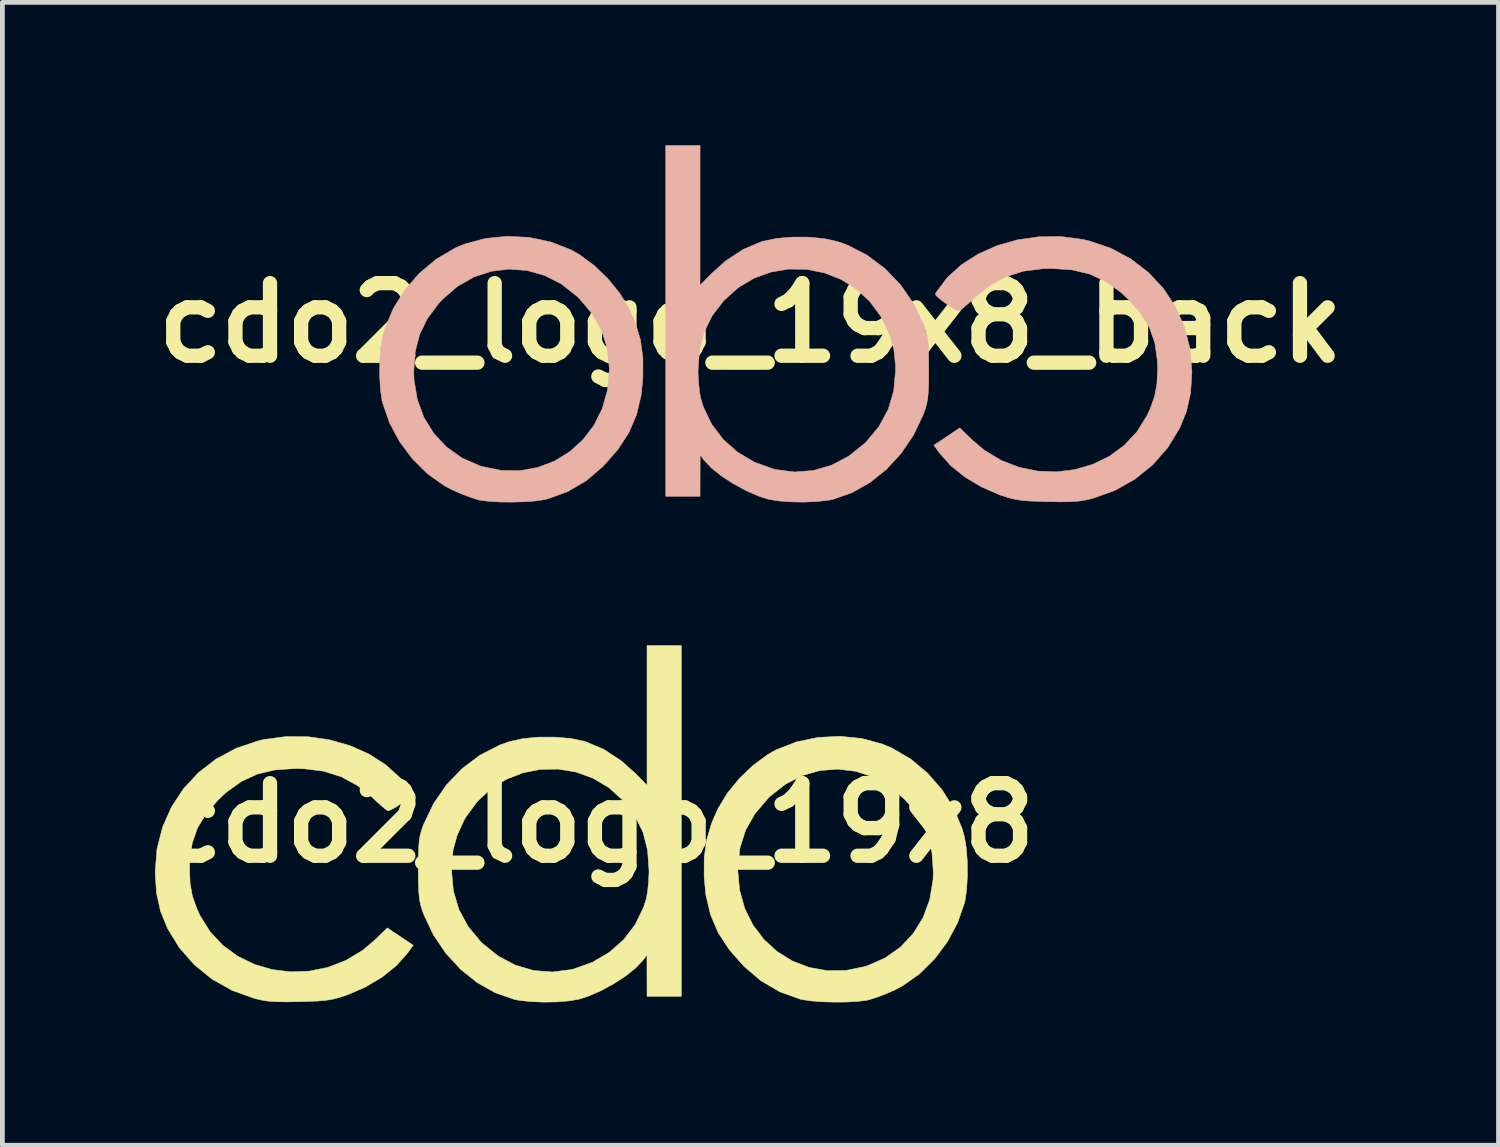
<source format=kicad_pcb>
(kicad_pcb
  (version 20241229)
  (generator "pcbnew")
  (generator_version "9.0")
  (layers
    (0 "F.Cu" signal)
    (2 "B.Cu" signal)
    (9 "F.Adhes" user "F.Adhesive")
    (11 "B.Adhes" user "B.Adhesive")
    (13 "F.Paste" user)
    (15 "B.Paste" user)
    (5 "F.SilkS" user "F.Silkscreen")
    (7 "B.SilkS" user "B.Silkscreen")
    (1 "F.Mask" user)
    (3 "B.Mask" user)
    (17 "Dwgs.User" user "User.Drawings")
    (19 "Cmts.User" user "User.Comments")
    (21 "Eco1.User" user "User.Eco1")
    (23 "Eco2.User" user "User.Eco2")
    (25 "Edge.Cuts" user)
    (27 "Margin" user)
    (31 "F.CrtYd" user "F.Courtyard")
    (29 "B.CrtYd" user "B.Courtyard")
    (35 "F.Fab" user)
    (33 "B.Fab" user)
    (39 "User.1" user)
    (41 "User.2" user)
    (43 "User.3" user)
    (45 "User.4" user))
  (footprint "cdo2_logo_19x8_back"
    (layer "F.Cu")
    (at 13.277 4.47)
    (property "Reference" "cdo2_logo_19x8_back" (at -0.57 -0.74 0) (layer "F.SilkS") (effects (font (size 1.524 1.524) (thickness 0.3))))
    (attr through_hole)
    (fp_poly (pts (xy -9.289 -4.391) (xy -9.501 -4.291) (xy -9.671 -4.121) (xy -9.675 -4.116) (xy -9.788 -3.905) (xy -9.828 -3.68) (xy -9.794 -3.439) (xy -9.685 -3.178) (xy -9.5 -2.892) (xy -9.237 -2.579) (xy -9.221 -2.561) (xy -8.985 -2.306) (xy -9.841 -2.306) (xy -9.841 -1.841) (xy -8.105 -1.841) (xy -8.105 -1.975) (xy -8.113 -2.032) (xy -8.141 -2.096) (xy -8.197 -2.177) (xy -8.289 -2.286) (xy -8.425 -2.433) (xy -8.614 -2.627) (xy -8.635 -2.649) (xy -8.896 -2.924) (xy -9.093 -3.154) (xy -9.229 -3.346) (xy -9.307 -3.505) (xy -9.33 -3.639) (xy -9.302 -3.754) (xy -9.229 -3.853) (xy -9.089 -3.941) (xy -8.937 -3.951) (xy -8.792 -3.883) (xy -8.76 -3.853) (xy -8.687 -3.751) (xy -8.656 -3.646) (xy -8.656 -3.642) (xy -8.651 -3.582) (xy -8.622 -3.55) (xy -8.55 -3.537) (xy -8.414 -3.534) (xy -8.402 -3.534) (xy -8.253 -3.537) (xy -8.175 -3.56) (xy -8.153 -3.619) (xy -8.174 -3.734) (xy -8.194 -3.809) (xy -8.3 -4.051) (xy -8.467 -4.237) (xy -8.686 -4.362) (xy -8.95 -4.419) (xy -9.03 -4.422) (xy -9.289 -4.391)) (stroke (width 0.01) (type solid)) (fill yes) (layer "B.Mask"))
    (fp_poly (pts (xy 5.484 -2.549) (xy 5.035 -2.484) (xy 4.607 -2.362) (xy 4.212 -2.186) (xy 3.861 -1.962) (xy 3.563 -1.692) (xy 3.33 -1.381) (xy 3.311 -1.349) (xy 3.333 -1.31) (xy 3.406 -1.243) (xy 3.511 -1.163) (xy 3.627 -1.085) (xy 3.731 -1.024) (xy 3.805 -0.995) (xy 3.813 -0.994) (xy 3.855 -1.021) (xy 3.943 -1.094) (xy 4.061 -1.2) (xy 4.129 -1.264) (xy 4.45 -1.523) (xy 4.791 -1.709) (xy 5.163 -1.826) (xy 5.579 -1.878) (xy 5.757 -1.882) (xy 6.18 -1.854) (xy 6.552 -1.766) (xy 6.887 -1.612) (xy 7.202 -1.387) (xy 7.371 -1.23) (xy 7.628 -0.937) (xy 7.809 -0.639) (xy 7.922 -0.318) (xy 7.974 0.043) (xy 7.979 0.234) (xy 7.966 0.535) (xy 7.919 0.793) (xy 7.83 1.048) (xy 7.757 1.207) (xy 7.545 1.547) (xy 7.278 1.832) (xy 6.966 2.06) (xy 6.619 2.229) (xy 6.246 2.339) (xy 5.858 2.387) (xy 5.464 2.372) (xy 5.074 2.293) (xy 4.698 2.148) (xy 4.346 1.937) (xy 4.1 1.73) (xy 3.825 1.465) (xy 3.553 1.647) (xy 3.282 1.829) (xy 3.404 1.997) (xy 3.636 2.257) (xy 3.935 2.498) (xy 4.285 2.706) (xy 4.668 2.872) (xy 4.701 2.883) (xy 4.847 2.93) (xy 4.979 2.963) (xy 5.12 2.986) (xy 5.29 3) (xy 5.51 3.009) (xy 5.674 3.014) (xy 5.943 3.018) (xy 6.149 3.015) (xy 6.312 3.004) (xy 6.453 2.983) (xy 6.593 2.951) (xy 6.619 2.944) (xy 7.085 2.777) (xy 7.507 2.539) (xy 7.879 2.237) (xy 8.195 1.876) (xy 8.442 1.472) (xy 8.587 1.115) (xy 8.672 0.732) (xy 8.7 0.303) (xy 8.7 0.293) (xy 8.661 -0.192) (xy 8.545 -0.65) (xy 8.357 -1.074) (xy 8.104 -1.459) (xy 7.79 -1.796) (xy 7.422 -2.08) (xy 7.004 -2.305) (xy 6.542 -2.462) (xy 6.406 -2.493) (xy 5.945 -2.554) (xy 5.484 -2.549)) (stroke (width 0.01) (type solid)) (fill yes) (layer "B.SilkS"))
    (fp_poly (pts (xy -6.132 -2.514) (xy -6.564 -2.398) (xy -6.768 -2.313) (xy -7.164 -2.081) (xy -7.52 -1.784) (xy -7.825 -1.433) (xy -8.07 -1.04) (xy -8.245 -0.618) (xy -8.294 -0.44) (xy -8.333 -0.204) (xy -8.353 0.077) (xy -8.355 0.374) (xy -8.339 0.656) (xy -8.305 0.893) (xy -8.295 0.934) (xy -8.15 1.355) (xy -7.937 1.753) (xy -7.667 2.115) (xy -7.351 2.428) (xy -7 2.677) (xy -6.835 2.764) (xy -6.645 2.848) (xy -6.453 2.921) (xy -6.293 2.972) (xy -6.251 2.982) (xy -6.063 3.007) (xy -5.822 3.021) (xy -5.556 3.023) (xy -5.291 3.015) (xy -5.052 2.996) (xy -4.868 2.966) (xy -4.846 2.961) (xy -4.413 2.805) (xy -4.017 2.573) (xy -3.661 2.269) (xy -3.353 1.919) (xy -3.121 1.563) (xy -2.961 1.187) (xy -2.864 0.776) (xy -2.827 0.403) (xy -2.827 0.255) (xy -3.533 0.255) (xy -3.572 0.674) (xy -3.681 1.06) (xy -3.854 1.407) (xy -4.084 1.71) (xy -4.361 1.962) (xy -4.68 2.159) (xy -5.031 2.294) (xy -5.408 2.362) (xy -5.802 2.358) (xy -6.207 2.275) (xy -6.257 2.259) (xy -6.63 2.094) (xy -6.953 1.865) (xy -7.22 1.579) (xy -7.426 1.244) (xy -7.565 0.867) (xy -7.633 0.456) (xy -7.639 0.282) (xy -7.609 -0.132) (xy -7.515 -0.499) (xy -7.352 -0.833) (xy -7.114 -1.15) (xy -7.034 -1.237) (xy -6.72 -1.508) (xy -6.376 -1.703) (xy -6.011 -1.824) (xy -5.636 -1.869) (xy -5.259 -1.84) (xy -4.889 -1.735) (xy -4.537 -1.555) (xy -4.212 -1.299) (xy -4.17 -1.259) (xy -3.894 -0.934) (xy -3.698 -0.589) (xy -3.579 -0.215) (xy -3.534 0.194) (xy -3.533 0.255) (xy -2.827 0.255) (xy -2.828 -0.011) (xy -2.879 -0.381) (xy -2.985 -0.737) (xy -3.116 -1.036) (xy -3.311 -1.359) (xy -3.565 -1.671) (xy -3.857 -1.951) (xy -4.168 -2.179) (xy -4.343 -2.277) (xy -4.766 -2.441) (xy -5.216 -2.535) (xy -5.677 -2.559) (xy -6.132 -2.514)) (stroke (width 0.01) (type solid)) (fill yes) (layer "B.SilkS"))
    (fp_poly (pts (xy -2.348 2.901) (xy -1.628 2.901) (xy -1.626 2.033) (xy -1.54 2.147) (xy -1.39 2.306) (xy -1.18 2.474) (xy -0.929 2.637) (xy -0.659 2.784) (xy -0.391 2.9) (xy -0.201 2.961) (xy 0.006 2.997) (xy 0.267 3.018) (xy 0.551 3.023) (xy 0.828 3.011) (xy 1.068 2.984) (xy 1.159 2.966) (xy 1.56 2.826) (xy 1.94 2.612) (xy 2.288 2.333) (xy 2.597 1.996) (xy 2.857 1.612) (xy 3.058 1.188) (xy 3.097 1.08) (xy 3.13 0.966) (xy 3.153 0.84) (xy 3.167 0.682) (xy 3.173 0.476) (xy 3.174 0.258) (xy 2.477 0.258) (xy 2.439 0.684) (xy 2.323 1.077) (xy 2.128 1.437) (xy 1.857 1.763) (xy 1.826 1.792) (xy 1.494 2.058) (xy 1.134 2.248) (xy 0.754 2.359) (xy 0.36 2.39) (xy -0.04 2.339) (xy -0.085 2.328) (xy -0.484 2.185) (xy -0.838 1.976) (xy -1.14 1.709) (xy -1.382 1.39) (xy -1.558 1.026) (xy -1.612 0.853) (xy -1.639 0.707) (xy -1.659 0.513) (xy -1.67 0.306) (xy -1.67 0.252) (xy -1.639 -0.17) (xy -1.543 -0.545) (xy -1.377 -0.884) (xy -1.137 -1.199) (xy -1.127 -1.21) (xy -0.826 -1.481) (xy -0.491 -1.68) (xy -0.133 -1.809) (xy 0.239 -1.87) (xy 0.613 -1.864) (xy 0.98 -1.791) (xy 1.33 -1.654) (xy 1.652 -1.454) (xy 1.936 -1.191) (xy 2.173 -0.868) (xy 2.219 -0.786) (xy 2.36 -0.477) (xy 2.443 -0.176) (xy 2.476 0.154) (xy 2.477 0.258) (xy 3.174 0.258) (xy 3.174 0.212) (xy 3.172 -0.041) (xy 3.166 -0.23) (xy 3.155 -0.372) (xy 3.134 -0.489) (xy 3.103 -0.598) (xy 3.063 -0.708) (xy 2.854 -1.146) (xy 2.582 -1.54) (xy 2.254 -1.881) (xy 1.88 -2.162) (xy 1.468 -2.374) (xy 1.272 -2.445) (xy 0.988 -2.508) (xy 0.657 -2.541) (xy 0.308 -2.542) (xy -0.026 -2.513) (xy -0.315 -2.453) (xy -0.339 -2.445) (xy -0.722 -2.283) (xy -1.089 -2.043) (xy -1.388 -1.775) (xy -1.628 -1.529) (xy -1.628 -4.465) (xy -2.348 -4.465) (xy -2.348 2.901)) (stroke (width 0.01) (type solid)) (fill yes) (layer "B.SilkS")))
  (footprint "cdo2_logo_19x8"
    (layer "F.Cu")
    (at 9.478 14.229)
    (property "Reference" "cdo2_logo_19x8" (at 0 0 0) (layer "F.SilkS") (effects (font (size 1.524 1.524) (thickness 0.3))))
    (attr through_hole)
    (fp_poly (pts (xy 8.719 -3.651) (xy 8.931 -3.551) (xy 9.101 -3.381) (xy 9.105 -3.376) (xy 9.218 -3.165) (xy 9.258 -2.94) (xy 9.224 -2.699) (xy 9.115 -2.438) (xy 8.93 -2.152) (xy 8.667 -1.839) (xy 8.651 -1.821) (xy 8.415 -1.566) (xy 9.271 -1.566) (xy 9.271 -1.101) (xy 7.535 -1.101) (xy 7.535 -1.235) (xy 7.543 -1.292) (xy 7.571 -1.356) (xy 7.627 -1.437) (xy 7.719 -1.546) (xy 7.855 -1.693) (xy 8.044 -1.887) (xy 8.065 -1.909) (xy 8.326 -2.184) (xy 8.523 -2.414) (xy 8.659 -2.606) (xy 8.737 -2.765) (xy 8.76 -2.899) (xy 8.732 -3.014) (xy 8.659 -3.113) (xy 8.519 -3.201) (xy 8.367 -3.211) (xy 8.222 -3.143) (xy 8.19 -3.113) (xy 8.117 -3.011) (xy 8.086 -2.906) (xy 8.086 -2.902) (xy 8.081 -2.842) (xy 8.052 -2.81) (xy 7.98 -2.797) (xy 7.844 -2.794) (xy 7.832 -2.794) (xy 7.683 -2.797) (xy 7.605 -2.82) (xy 7.583 -2.879) (xy 7.604 -2.994) (xy 7.624 -3.069) (xy 7.73 -3.311) (xy 7.897 -3.497) (xy 8.116 -3.622) (xy 8.38 -3.679) (xy 8.46 -3.682) (xy 8.719 -3.651)) (stroke (width 0.01) (type solid)) (fill yes) (layer "F.Mask"))
    (fp_poly (pts (xy -6.054 -1.809) (xy -5.605 -1.744) (xy -5.177 -1.622) (xy -4.782 -1.446) (xy -4.431 -1.222) (xy -4.133 -0.952) (xy -3.9 -0.641) (xy -3.881 -0.609) (xy -3.903 -0.57) (xy -3.976 -0.503) (xy -4.081 -0.423) (xy -4.197 -0.345) (xy -4.301 -0.284) (xy -4.375 -0.255) (xy -4.383 -0.254) (xy -4.425 -0.281) (xy -4.513 -0.354) (xy -4.631 -0.46) (xy -4.699 -0.524) (xy -5.02 -0.783) (xy -5.361 -0.969) (xy -5.733 -1.086) (xy -6.149 -1.138) (xy -6.327 -1.142) (xy -6.75 -1.114) (xy -7.122 -1.026) (xy -7.457 -0.872) (xy -7.772 -0.647) (xy -7.941 -0.49) (xy -8.198 -0.197) (xy -8.379 0.101) (xy -8.492 0.422) (xy -8.544 0.783) (xy -8.549 0.974) (xy -8.536 1.275) (xy -8.489 1.533) (xy -8.4 1.788) (xy -8.327 1.947) (xy -8.115 2.287) (xy -7.848 2.572) (xy -7.536 2.8) (xy -7.189 2.969) (xy -6.816 3.079) (xy -6.428 3.127) (xy -6.034 3.112) (xy -5.644 3.033) (xy -5.268 2.888) (xy -4.916 2.677) (xy -4.67 2.47) (xy -4.395 2.205) (xy -4.123 2.387) (xy -3.852 2.569) (xy -3.974 2.737) (xy -4.206 2.997) (xy -4.505 3.238) (xy -4.855 3.446) (xy -5.238 3.612) (xy -5.271 3.623) (xy -5.417 3.67) (xy -5.549 3.703) (xy -5.69 3.726) (xy -5.86 3.74) (xy -6.08 3.749) (xy -6.244 3.754) (xy -6.513 3.758) (xy -6.719 3.755) (xy -6.882 3.744) (xy -7.023 3.723) (xy -7.163 3.691) (xy -7.189 3.684) (xy -7.655 3.517) (xy -8.077 3.279) (xy -8.449 2.977) (xy -8.765 2.616) (xy -9.012 2.212) (xy -9.157 1.855) (xy -9.242 1.472) (xy -9.27 1.043) (xy -9.27 1.033) (xy -9.231 0.548) (xy -9.115 0.09) (xy -8.927 -0.334) (xy -8.674 -0.719) (xy -8.36 -1.056) (xy -7.992 -1.34) (xy -7.574 -1.565) (xy -7.112 -1.722) (xy -6.976 -1.753) (xy -6.515 -1.814) (xy -6.054 -1.809)) (stroke (width 0.01) (type solid)) (fill yes) (layer "F.SilkS"))
    (fp_poly (pts (xy 5.562 -1.774) (xy 5.994 -1.658) (xy 6.198 -1.573) (xy 6.594 -1.341) (xy 6.95 -1.044) (xy 7.255 -0.693) (xy 7.5 -0.3) (xy 7.675 0.122) (xy 7.724 0.3) (xy 7.763 0.536) (xy 7.783 0.817) (xy 7.785 1.114) (xy 7.769 1.396) (xy 7.735 1.633) (xy 7.725 1.674) (xy 7.58 2.095) (xy 7.367 2.493) (xy 7.097 2.855) (xy 6.781 3.168) (xy 6.43 3.417) (xy 6.265 3.504) (xy 6.075 3.588) (xy 5.883 3.661) (xy 5.723 3.712) (xy 5.681 3.722) (xy 5.493 3.747) (xy 5.252 3.761) (xy 4.986 3.763) (xy 4.721 3.755) (xy 4.482 3.736) (xy 4.298 3.706) (xy 4.276 3.701) (xy 3.843 3.545) (xy 3.447 3.313) (xy 3.091 3.009) (xy 2.783 2.659) (xy 2.551 2.303) (xy 2.391 1.927) (xy 2.294 1.516) (xy 2.257 1.143) (xy 2.257 0.995) (xy 2.963 0.995) (xy 3.002 1.414) (xy 3.111 1.8) (xy 3.284 2.147) (xy 3.514 2.45) (xy 3.791 2.702) (xy 4.11 2.899) (xy 4.461 3.034) (xy 4.838 3.102) (xy 5.232 3.098) (xy 5.637 3.015) (xy 5.687 2.999) (xy 6.06 2.834) (xy 6.383 2.605) (xy 6.65 2.319) (xy 6.856 1.984) (xy 6.995 1.607) (xy 7.063 1.196) (xy 7.069 1.022) (xy 7.039 0.608) (xy 6.945 0.241) (xy 6.782 -0.093) (xy 6.544 -0.41) (xy 6.464 -0.497) (xy 6.15 -0.768) (xy 5.806 -0.963) (xy 5.441 -1.084) (xy 5.066 -1.129) (xy 4.689 -1.1) (xy 4.319 -0.995) (xy 3.967 -0.815) (xy 3.642 -0.559) (xy 3.6 -0.519) (xy 3.324 -0.194) (xy 3.128 0.151) (xy 3.009 0.525) (xy 2.964 0.934) (xy 2.963 0.995) (xy 2.257 0.995) (xy 2.258 0.729) (xy 2.309 0.359) (xy 2.415 0.003) (xy 2.546 -0.296) (xy 2.741 -0.619) (xy 2.995 -0.931) (xy 3.287 -1.211) (xy 3.598 -1.439) (xy 3.773 -1.537) (xy 4.196 -1.701) (xy 4.646 -1.795) (xy 5.107 -1.819) (xy 5.562 -1.774)) (stroke (width 0.01) (type solid)) (fill yes) (layer "F.SilkS"))
    (fp_poly (pts (xy 1.778 3.641) (xy 1.058 3.641) (xy 1.056 2.773) (xy 0.97 2.887) (xy 0.82 3.046) (xy 0.61 3.214) (xy 0.359 3.377) (xy 0.089 3.524) (xy -0.179 3.64) (xy -0.369 3.701) (xy -0.576 3.737) (xy -0.837 3.758) (xy -1.121 3.763) (xy -1.398 3.751) (xy -1.638 3.724) (xy -1.729 3.706) (xy -2.13 3.566) (xy -2.51 3.352) (xy -2.858 3.073) (xy -3.167 2.736) (xy -3.427 2.352) (xy -3.628 1.928) (xy -3.667 1.82) (xy -3.7 1.706) (xy -3.723 1.58) (xy -3.737 1.422) (xy -3.743 1.216) (xy -3.744 0.998) (xy -3.047 0.998) (xy -3.009 1.424) (xy -2.893 1.817) (xy -2.698 2.177) (xy -2.427 2.503) (xy -2.396 2.532) (xy -2.064 2.798) (xy -1.704 2.988) (xy -1.324 3.099) (xy -0.93 3.13) (xy -0.53 3.079) (xy -0.485 3.068) (xy -0.086 2.925) (xy 0.268 2.716) (xy 0.57 2.449) (xy 0.812 2.13) (xy 0.988 1.766) (xy 1.042 1.593) (xy 1.069 1.447) (xy 1.089 1.253) (xy 1.1 1.046) (xy 1.1 0.992) (xy 1.069 0.57) (xy 0.973 0.195) (xy 0.807 -0.144) (xy 0.567 -0.459) (xy 0.557 -0.47) (xy 0.256 -0.741) (xy -0.079 -0.94) (xy -0.437 -1.069) (xy -0.809 -1.13) (xy -1.183 -1.124) (xy -1.55 -1.051) (xy -1.9 -0.914) (xy -2.222 -0.714) (xy -2.506 -0.451) (xy -2.743 -0.128) (xy -2.789 -0.046) (xy -2.93 0.263) (xy -3.013 0.564) (xy -3.046 0.894) (xy -3.047 0.998) (xy -3.744 0.998) (xy -3.744 0.953) (xy -3.742 0.699) (xy -3.736 0.51) (xy -3.725 0.368) (xy -3.704 0.251) (xy -3.673 0.142) (xy -3.633 0.032) (xy -3.424 -0.406) (xy -3.152 -0.8) (xy -2.824 -1.141) (xy -2.45 -1.422) (xy -2.038 -1.634) (xy -1.841 -1.705) (xy -1.558 -1.768) (xy -1.227 -1.801) (xy -0.878 -1.802) (xy -0.544 -1.773) (xy -0.255 -1.713) (xy -0.231 -1.705) (xy 0.152 -1.543) (xy 0.519 -1.303) (xy 0.818 -1.035) (xy 1.058 -0.789) (xy 1.058 -3.725) (xy 1.778 -3.725) (xy 1.778 3.641)) (stroke (width 0.01) (type solid)) (fill yes) (layer "F.SilkS")))
  (gr_rect
    (start -3 -3)
    (end 28.415 20.997)
    (stroke (width 0.1) (type default))
    (fill no)
    (layer "Edge.Cuts")))
</source>
